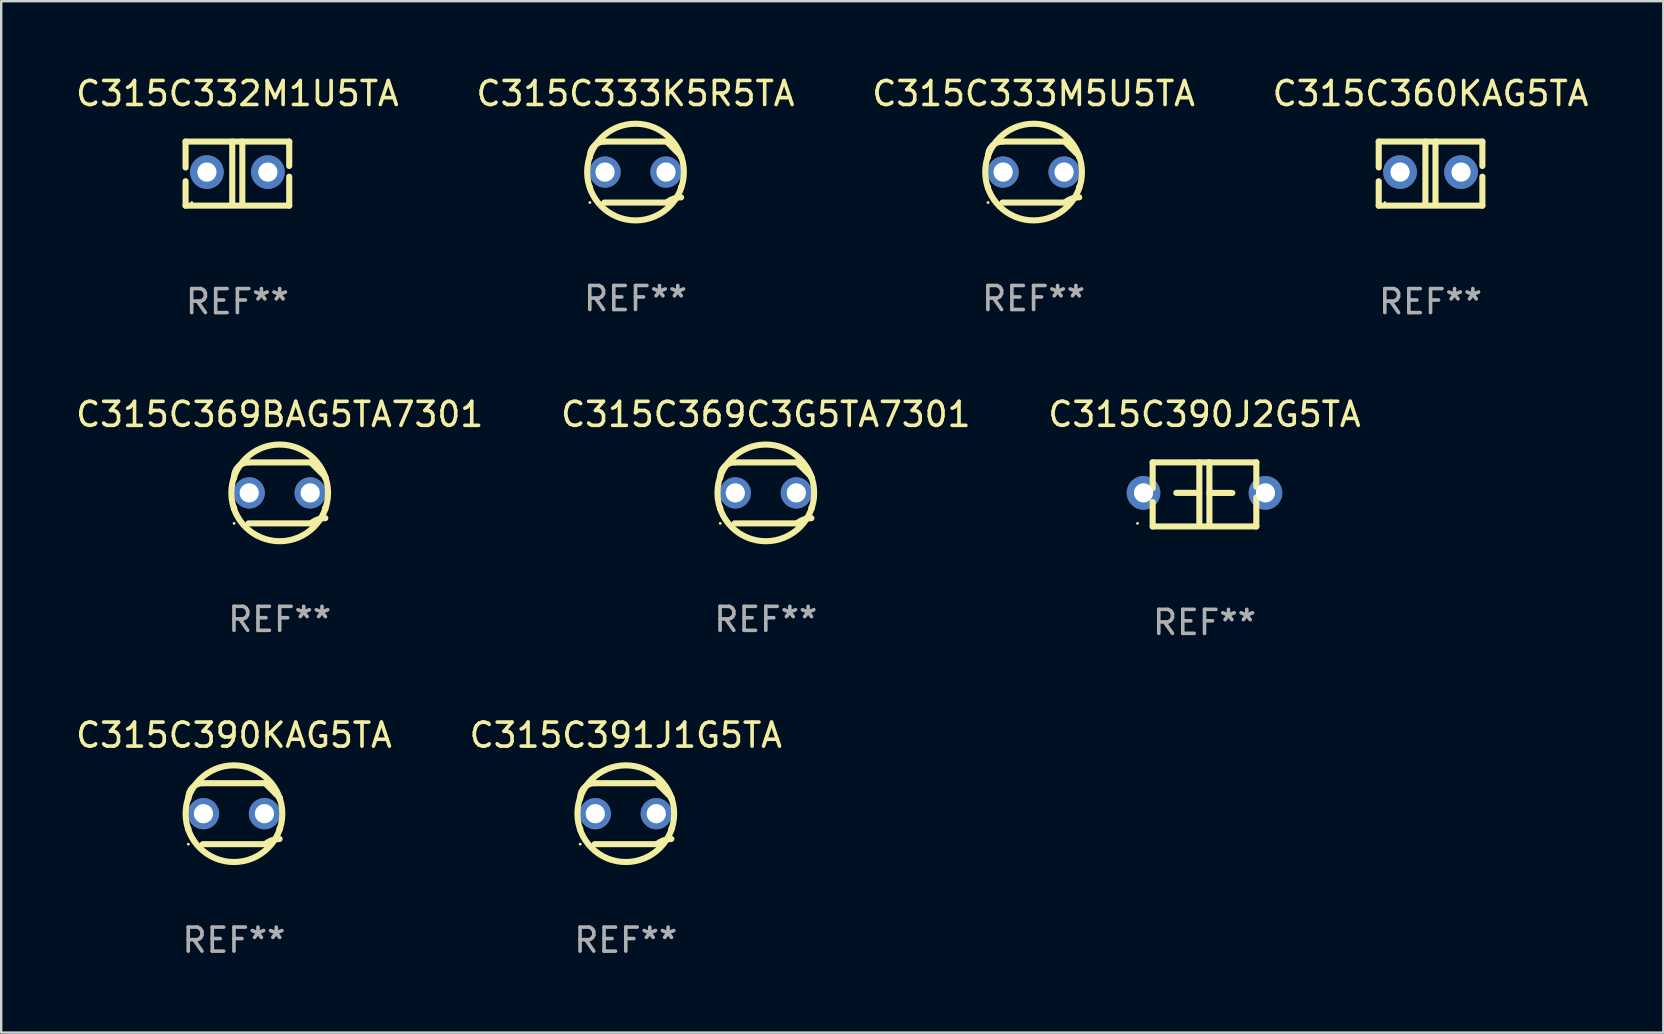
<source format=kicad_pcb>
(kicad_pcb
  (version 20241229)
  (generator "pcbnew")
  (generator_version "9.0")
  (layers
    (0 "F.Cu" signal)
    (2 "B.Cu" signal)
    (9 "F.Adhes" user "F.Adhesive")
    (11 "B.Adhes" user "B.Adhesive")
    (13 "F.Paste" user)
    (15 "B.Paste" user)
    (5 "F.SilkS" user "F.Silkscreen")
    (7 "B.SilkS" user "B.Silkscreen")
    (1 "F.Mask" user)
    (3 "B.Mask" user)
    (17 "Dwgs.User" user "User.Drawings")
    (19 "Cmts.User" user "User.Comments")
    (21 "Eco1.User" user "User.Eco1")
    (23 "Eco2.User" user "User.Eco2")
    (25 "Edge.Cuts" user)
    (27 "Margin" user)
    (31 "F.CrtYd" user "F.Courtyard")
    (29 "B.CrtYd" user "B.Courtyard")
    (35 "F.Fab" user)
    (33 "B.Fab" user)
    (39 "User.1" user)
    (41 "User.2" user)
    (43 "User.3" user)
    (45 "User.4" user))
  (footprint "C315C369BAG5TA7301"
    (layer "F.Cu")
    (at 8.601 17.482)
    (property "Reference" "C315C369BAG5TA7301" (at 0 -3.27 0) (layer "F.SilkS") (effects (font (size 1 1) (thickness 0.15))))
    (attr through_hole)
    (fp_line (start -1.9 -0.615) (end -1.9 -0.668) (stroke (width 0.254) (type solid)) (layer "F.SilkS"))
    (fp_line (start -1.9 0.668) (end -1.9 0.615) (stroke (width 0.254) (type solid)) (layer "F.SilkS"))
    (fp_line (start -1.298 1.27) (end 1.298 1.27) (stroke (width 0.254) (type solid)) (layer "F.SilkS"))
    (fp_line (start -1.298 -1.27) (end 1.298 -1.27) (stroke (width 0.254) (type solid)) (layer "F.SilkS"))
    (fp_line (start 1.9 -0.668) (end 1.9 -0.615) (stroke (width 0.254) (type solid)) (layer "F.SilkS"))
    (fp_line (start 1.9 0.615) (end 1.9 0.668) (stroke (width 0.254) (type solid)) (layer "F.SilkS"))
    (fp_arc (start -1.900025 0.667602) (mid 1.900003 -0.66758) (end -1.900025 0.667602) (stroke (width 0.254001) (type solid)) (layer "F.SilkS"))
    (fp_arc (start -1.9 -0.667602) (mid -1.723557 -1.093572) (end -1.297587 -1.270015) (stroke (width 0.254001) (type solid)) (layer "F.SilkS"))
    (fp_arc (start 1.297587 1.26999) (mid 1.579878 1.109027) (end 1.9 1.053172) (stroke (width 0.254001) (type solid)) (layer "F.SilkS"))
    (fp_arc (start 1.297611 -1.270042) (mid 1.598991 -0.969008) (end 1.900025 -0.667628) (stroke (width 0.254001) (type solid)) (layer "F.SilkS"))
    (fp_circle (center -1.9 1.27) (end -1.87 1.27) (stroke (width 0.06) (type solid)) (fill no) (layer "F.SilkS"))
    (fp_text user "REF**" (at 0 5.27 0) (layer "F.Fab") (effects (font (size 1 1) (thickness 0.15))))
    (pad "1" thru_hole circle (at -1.27 -0.000013) (size 1.3 1.3) (drill 0.8) (layers "*.Cu" "*.Mask"))
    (pad "2" thru_hole circle (at 1.27 -0.000013) (size 1.3 1.3) (drill 0.8) (layers "*.Cu" "*.Mask")))
  (footprint "C315C333K5R5TA"
    (layer "F.Cu")
    (at 23.423 4.118)
    (property "Reference" "C315C333K5R5TA" (at 0 -3.27 0) (layer "F.SilkS") (effects (font (size 1 1) (thickness 0.15))))
    (attr through_hole)
    (fp_line (start -1.9 -0.615) (end -1.9 -0.668) (stroke (width 0.254) (type solid)) (layer "F.SilkS"))
    (fp_line (start -1.9 0.668) (end -1.9 0.615) (stroke (width 0.254) (type solid)) (layer "F.SilkS"))
    (fp_line (start -1.298 1.27) (end 1.298 1.27) (stroke (width 0.254) (type solid)) (layer "F.SilkS"))
    (fp_line (start -1.298 -1.27) (end 1.298 -1.27) (stroke (width 0.254) (type solid)) (layer "F.SilkS"))
    (fp_line (start 1.9 -0.668) (end 1.9 -0.615) (stroke (width 0.254) (type solid)) (layer "F.SilkS"))
    (fp_line (start 1.9 0.615) (end 1.9 0.668) (stroke (width 0.254) (type solid)) (layer "F.SilkS"))
    (fp_arc (start -1.900025 0.667602) (mid 1.900003 -0.66758) (end -1.900025 0.667602) (stroke (width 0.254001) (type solid)) (layer "F.SilkS"))
    (fp_arc (start -1.9 -0.667602) (mid -1.723557 -1.093572) (end -1.297587 -1.270015) (stroke (width 0.254001) (type solid)) (layer "F.SilkS"))
    (fp_arc (start 1.297587 1.26999) (mid 1.579878 1.109027) (end 1.9 1.053172) (stroke (width 0.254001) (type solid)) (layer "F.SilkS"))
    (fp_arc (start 1.297611 -1.270042) (mid 1.598991 -0.969008) (end 1.900025 -0.667628) (stroke (width 0.254001) (type solid)) (layer "F.SilkS"))
    (fp_circle (center -1.9 1.27) (end -1.87 1.27) (stroke (width 0.06) (type solid)) (fill no) (layer "F.SilkS"))
    (fp_text user "REF**" (at 0 5.27 0) (layer "F.Fab") (effects (font (size 1 1) (thickness 0.15))))
    (pad "1" thru_hole circle (at -1.27 -0.000013) (size 1.3 1.3) (drill 0.8) (layers "*.Cu" "*.Mask"))
    (pad "2" thru_hole circle (at 1.27 -0.000013) (size 1.3 1.3) (drill 0.8) (layers "*.Cu" "*.Mask")))
  (footprint "C315C332M1U5TA"
    (layer "F.Cu")
    (at 6.839 4.182)
    (property "Reference" "C315C332M1U5TA" (at 0 -3.334 0) (layer "F.SilkS") (effects (font (size 1 1) (thickness 0.15))))
    (attr through_hole)
    (fp_line (start -2.159 -1.334) (end 2.159 -1.334) (stroke (width 0.254) (type solid)) (layer "F.SilkS"))
    (fp_line (start -2.159 -0.256) (end -2.159 -1.334) (stroke (width 0.254) (type solid)) (layer "F.SilkS"))
    (fp_line (start -2.159 1.334) (end -2.159 0.318) (stroke (width 0.254) (type solid)) (layer "F.SilkS"))
    (fp_line (start -0.214 -1.334) (end -0.214 1.207) (stroke (width 0.254) (type solid)) (layer "F.SilkS"))
    (fp_line (start 0.205 -1.334) (end 0.205 1.207) (stroke (width 0.254) (type solid)) (layer "F.SilkS"))
    (fp_line (start 2.159 -1.334) (end 2.159 -0.318) (stroke (width 0.254) (type solid)) (layer "F.SilkS"))
    (fp_line (start 2.159 0.129) (end 2.159 1.334) (stroke (width 0.254) (type solid)) (layer "F.SilkS"))
    (fp_line (start 2.159 1.334) (end -2.159 1.334) (stroke (width 0.254) (type solid)) (layer "F.SilkS"))
    (fp_circle (center -1.9 1.207) (end -1.87 1.207) (stroke (width 0.06) (type solid)) (fill no) (layer "F.SilkS"))
    (fp_text user "REF**" (at 0 5.334 0) (layer "F.Fab") (effects (font (size 1 1) (thickness 0.15))))
    (pad "1" thru_hole circle (at -1.27 -0.064) (size 1.4 1.4) (drill 0.8) (layers "*.Cu" "*.Mask"))
    (pad "2" thru_hole circle (at 1.27 -0.064) (size 1.4 1.4) (drill 0.8) (layers "*.Cu" "*.Mask")))
  (footprint "C315C333M5U5TA"
    (layer "F.Cu")
    (at 40.006 4.118)
    (property "Reference" "C315C333M5U5TA" (at 0 -3.27 0) (layer "F.SilkS") (effects (font (size 1 1) (thickness 0.15))))
    (attr through_hole)
    (fp_line (start -1.9 -0.615) (end -1.9 -0.668) (stroke (width 0.254) (type solid)) (layer "F.SilkS"))
    (fp_line (start -1.9 0.668) (end -1.9 0.615) (stroke (width 0.254) (type solid)) (layer "F.SilkS"))
    (fp_line (start -1.298 1.27) (end 1.298 1.27) (stroke (width 0.254) (type solid)) (layer "F.SilkS"))
    (fp_line (start -1.298 -1.27) (end 1.298 -1.27) (stroke (width 0.254) (type solid)) (layer "F.SilkS"))
    (fp_line (start 1.9 -0.668) (end 1.9 -0.615) (stroke (width 0.254) (type solid)) (layer "F.SilkS"))
    (fp_line (start 1.9 0.615) (end 1.9 0.668) (stroke (width 0.254) (type solid)) (layer "F.SilkS"))
    (fp_arc (start -1.900025 0.667602) (mid 1.900003 -0.66758) (end -1.900025 0.667602) (stroke (width 0.254001) (type solid)) (layer "F.SilkS"))
    (fp_arc (start -1.9 -0.667602) (mid -1.723557 -1.093572) (end -1.297587 -1.270015) (stroke (width 0.254001) (type solid)) (layer "F.SilkS"))
    (fp_arc (start 1.297587 1.26999) (mid 1.579878 1.109027) (end 1.9 1.053172) (stroke (width 0.254001) (type solid)) (layer "F.SilkS"))
    (fp_arc (start 1.297611 -1.270042) (mid 1.598991 -0.969008) (end 1.900025 -0.667628) (stroke (width 0.254001) (type solid)) (layer "F.SilkS"))
    (fp_circle (center -1.9 1.27) (end -1.87 1.27) (stroke (width 0.06) (type solid)) (fill no) (layer "F.SilkS"))
    (fp_text user "REF**" (at 0 5.27 0) (layer "F.Fab") (effects (font (size 1 1) (thickness 0.15))))
    (pad "1" thru_hole circle (at -1.27 -0.000013) (size 1.3 1.3) (drill 0.8) (layers "*.Cu" "*.Mask"))
    (pad "2" thru_hole circle (at 1.27 -0.000013) (size 1.3 1.3) (drill 0.8) (layers "*.Cu" "*.Mask")))
  (footprint "C315C390J2G5TA"
    (layer "F.Cu")
    (at 47.125 17.545)
    (property "Reference" "C315C390J2G5TA" (at 0 -3.334 0) (layer "F.SilkS") (effects (font (size 1 1) (thickness 0.15))))
    (attr through_hole)
    (fp_line (start -2.159 -1.334) (end 2.159 -1.334) (stroke (width 0.254) (type solid)) (layer "F.SilkS"))
    (fp_line (start -2.159 -0.256) (end -2.159 -1.334) (stroke (width 0.254) (type solid)) (layer "F.SilkS"))
    (fp_line (start -2.159 1.334) (end -2.159 0.318) (stroke (width 0.254) (type solid)) (layer "F.SilkS"))
    (fp_line (start -0.22 -0.064) (end -1.175 -0.064) (stroke (width 0.254) (type solid)) (layer "F.SilkS"))
    (fp_line (start -0.214 -1.334) (end -0.214 1.207) (stroke (width 0.254) (type solid)) (layer "F.SilkS"))
    (fp_line (start 0.205 -1.334) (end 0.205 1.207) (stroke (width 0.254) (type solid)) (layer "F.SilkS"))
    (fp_line (start 0.205 -0.061) (end 1.16 -0.061) (stroke (width 0.254) (type solid)) (layer "F.SilkS"))
    (fp_line (start 2.159 -1.334) (end 2.159 -0.318) (stroke (width 0.254) (type solid)) (layer "F.SilkS"))
    (fp_line (start 2.159 0.129) (end 2.159 1.334) (stroke (width 0.254) (type solid)) (layer "F.SilkS"))
    (fp_line (start 2.159 1.334) (end -2.159 1.334) (stroke (width 0.254) (type solid)) (layer "F.SilkS"))
    (fp_circle (center -2.79 1.207) (end -2.76 1.207) (stroke (width 0.06) (type solid)) (fill no) (layer "F.SilkS"))
    (fp_text user "REF**" (at 0 5.334 0) (layer "F.Fab") (effects (font (size 1 1) (thickness 0.15))))
    (pad "1" thru_hole circle (at -2.54 -0.064) (size 1.4 1.4) (drill 0.8) (layers "*.Cu" "*.Mask"))
    (pad "2" thru_hole circle (at 2.54 -0.064) (size 1.4 1.4) (drill 0.8) (layers "*.Cu" "*.Mask")))
  (footprint "C315C391J1G5TA"
    (layer "F.Cu")
    (at 23.018 30.845)
    (property "Reference" "C315C391J1G5TA" (at 0 -3.27 0) (layer "F.SilkS") (effects (font (size 1 1) (thickness 0.15))))
    (attr through_hole)
    (fp_line (start -1.9 -0.615) (end -1.9 -0.668) (stroke (width 0.254) (type solid)) (layer "F.SilkS"))
    (fp_line (start -1.9 0.668) (end -1.9 0.615) (stroke (width 0.254) (type solid)) (layer "F.SilkS"))
    (fp_line (start -1.298 1.27) (end 1.298 1.27) (stroke (width 0.254) (type solid)) (layer "F.SilkS"))
    (fp_line (start -1.298 -1.27) (end 1.298 -1.27) (stroke (width 0.254) (type solid)) (layer "F.SilkS"))
    (fp_line (start 1.9 -0.668) (end 1.9 -0.615) (stroke (width 0.254) (type solid)) (layer "F.SilkS"))
    (fp_line (start 1.9 0.615) (end 1.9 0.668) (stroke (width 0.254) (type solid)) (layer "F.SilkS"))
    (fp_arc (start -1.900025 0.667602) (mid 1.900003 -0.66758) (end -1.900025 0.667602) (stroke (width 0.254001) (type solid)) (layer "F.SilkS"))
    (fp_arc (start -1.9 -0.667602) (mid -1.723557 -1.093572) (end -1.297587 -1.270015) (stroke (width 0.254001) (type solid)) (layer "F.SilkS"))
    (fp_arc (start 1.297587 1.26999) (mid 1.579878 1.109027) (end 1.9 1.053172) (stroke (width 0.254001) (type solid)) (layer "F.SilkS"))
    (fp_arc (start 1.297611 -1.270042) (mid 1.598991 -0.969008) (end 1.900025 -0.667628) (stroke (width 0.254001) (type solid)) (layer "F.SilkS"))
    (fp_circle (center -1.9 1.27) (end -1.87 1.27) (stroke (width 0.06) (type solid)) (fill no) (layer "F.SilkS"))
    (fp_text user "REF**" (at 0 5.27 0) (layer "F.Fab") (effects (font (size 1 1) (thickness 0.15))))
    (pad "1" thru_hole circle (at -1.27 -0.000013) (size 1.3 1.3) (drill 0.8) (layers "*.Cu" "*.Mask"))
    (pad "2" thru_hole circle (at 1.27 -0.000013) (size 1.3 1.3) (drill 0.8) (layers "*.Cu" "*.Mask")))
  (footprint "C315C369C3G5TA7301"
    (layer "F.Cu")
    (at 28.851 17.482)
    (property "Reference" "C315C369C3G5TA7301" (at 0 -3.27 0) (layer "F.SilkS") (effects (font (size 1 1) (thickness 0.15))))
    (attr through_hole)
    (fp_line (start -1.9 -0.615) (end -1.9 -0.668) (stroke (width 0.254) (type solid)) (layer "F.SilkS"))
    (fp_line (start -1.9 0.668) (end -1.9 0.615) (stroke (width 0.254) (type solid)) (layer "F.SilkS"))
    (fp_line (start -1.298 1.27) (end 1.298 1.27) (stroke (width 0.254) (type solid)) (layer "F.SilkS"))
    (fp_line (start -1.298 -1.27) (end 1.298 -1.27) (stroke (width 0.254) (type solid)) (layer "F.SilkS"))
    (fp_line (start 1.9 -0.668) (end 1.9 -0.615) (stroke (width 0.254) (type solid)) (layer "F.SilkS"))
    (fp_line (start 1.9 0.615) (end 1.9 0.668) (stroke (width 0.254) (type solid)) (layer "F.SilkS"))
    (fp_arc (start -1.900025 0.667602) (mid 1.900003 -0.66758) (end -1.900025 0.667602) (stroke (width 0.254001) (type solid)) (layer "F.SilkS"))
    (fp_arc (start -1.9 -0.667602) (mid -1.723557 -1.093572) (end -1.297587 -1.270015) (stroke (width 0.254001) (type solid)) (layer "F.SilkS"))
    (fp_arc (start 1.297587 1.26999) (mid 1.579878 1.109027) (end 1.9 1.053172) (stroke (width 0.254001) (type solid)) (layer "F.SilkS"))
    (fp_arc (start 1.297611 -1.270042) (mid 1.598991 -0.969008) (end 1.900025 -0.667628) (stroke (width 0.254001) (type solid)) (layer "F.SilkS"))
    (fp_circle (center -1.9 1.27) (end -1.87 1.27) (stroke (width 0.06) (type solid)) (fill no) (layer "F.SilkS"))
    (fp_text user "REF**" (at 0 5.27 0) (layer "F.Fab") (effects (font (size 1 1) (thickness 0.15))))
    (pad "1" thru_hole circle (at -1.27 -0.000013) (size 1.3 1.3) (drill 0.8) (layers "*.Cu" "*.Mask"))
    (pad "2" thru_hole circle (at 1.27 -0.000013) (size 1.3 1.3) (drill 0.8) (layers "*.Cu" "*.Mask")))
  (footprint "C315C360KAG5TA"
    (layer "F.Cu")
    (at 56.542 4.182)
    (property "Reference" "C315C360KAG5TA" (at 0 -3.334 0) (layer "F.SilkS") (effects (font (size 1 1) (thickness 0.15))))
    (attr through_hole)
    (fp_line (start -2.159 -1.334) (end 2.159 -1.334) (stroke (width 0.254) (type solid)) (layer "F.SilkS"))
    (fp_line (start -2.159 -0.256) (end -2.159 -1.334) (stroke (width 0.254) (type solid)) (layer "F.SilkS"))
    (fp_line (start -2.159 1.334) (end -2.159 0.318) (stroke (width 0.254) (type solid)) (layer "F.SilkS"))
    (fp_line (start -0.214 -1.334) (end -0.214 1.207) (stroke (width 0.254) (type solid)) (layer "F.SilkS"))
    (fp_line (start 0.205 -1.334) (end 0.205 1.207) (stroke (width 0.254) (type solid)) (layer "F.SilkS"))
    (fp_line (start 2.159 -1.334) (end 2.159 -0.318) (stroke (width 0.254) (type solid)) (layer "F.SilkS"))
    (fp_line (start 2.159 0.129) (end 2.159 1.334) (stroke (width 0.254) (type solid)) (layer "F.SilkS"))
    (fp_line (start 2.159 1.334) (end -2.159 1.334) (stroke (width 0.254) (type solid)) (layer "F.SilkS"))
    (fp_circle (center -1.9 1.207) (end -1.87 1.207) (stroke (width 0.06) (type solid)) (fill no) (layer "F.SilkS"))
    (fp_text user "REF**" (at 0 5.334 0) (layer "F.Fab") (effects (font (size 1 1) (thickness 0.15))))
    (pad "1" thru_hole circle (at -1.27 -0.064) (size 1.4 1.4) (drill 0.8) (layers "*.Cu" "*.Mask"))
    (pad "2" thru_hole circle (at 1.27 -0.064) (size 1.4 1.4) (drill 0.8) (layers "*.Cu" "*.Mask")))
  (footprint "C315C390KAG5TA"
    (layer "F.Cu")
    (at 6.696 30.845)
    (property "Reference" "C315C390KAG5TA" (at 0 -3.27 0) (layer "F.SilkS") (effects (font (size 1 1) (thickness 0.15))))
    (attr through_hole)
    (fp_line (start -1.9 -0.615) (end -1.9 -0.668) (stroke (width 0.254) (type solid)) (layer "F.SilkS"))
    (fp_line (start -1.9 0.668) (end -1.9 0.615) (stroke (width 0.254) (type solid)) (layer "F.SilkS"))
    (fp_line (start -1.298 1.27) (end 1.298 1.27) (stroke (width 0.254) (type solid)) (layer "F.SilkS"))
    (fp_line (start -1.298 -1.27) (end 1.298 -1.27) (stroke (width 0.254) (type solid)) (layer "F.SilkS"))
    (fp_line (start 1.9 -0.668) (end 1.9 -0.615) (stroke (width 0.254) (type solid)) (layer "F.SilkS"))
    (fp_line (start 1.9 0.615) (end 1.9 0.668) (stroke (width 0.254) (type solid)) (layer "F.SilkS"))
    (fp_arc (start -1.900025 0.667602) (mid 1.900003 -0.66758) (end -1.900025 0.667602) (stroke (width 0.254001) (type solid)) (layer "F.SilkS"))
    (fp_arc (start -1.9 -0.667602) (mid -1.723557 -1.093572) (end -1.297587 -1.270015) (stroke (width 0.254001) (type solid)) (layer "F.SilkS"))
    (fp_arc (start 1.297587 1.26999) (mid 1.579878 1.109027) (end 1.9 1.053172) (stroke (width 0.254001) (type solid)) (layer "F.SilkS"))
    (fp_arc (start 1.297611 -1.270042) (mid 1.598991 -0.969008) (end 1.900025 -0.667628) (stroke (width 0.254001) (type solid)) (layer "F.SilkS"))
    (fp_circle (center -1.9 1.27) (end -1.87 1.27) (stroke (width 0.06) (type solid)) (fill no) (layer "F.SilkS"))
    (fp_text user "REF**" (at 0 5.27 0) (layer "F.Fab") (effects (font (size 1 1) (thickness 0.15))))
    (pad "1" thru_hole circle (at -1.27 -0.000013) (size 1.3 1.3) (drill 0.8) (layers "*.Cu" "*.Mask"))
    (pad "2" thru_hole circle (at 1.27 -0.000013) (size 1.3 1.3) (drill 0.8) (layers "*.Cu" "*.Mask")))
  (gr_rect
    (start -3 -3)
    (end 66.238 39.964)
    (stroke (width 0.1) (type default))
    (fill no)
    (layer "Edge.Cuts")))
</source>
